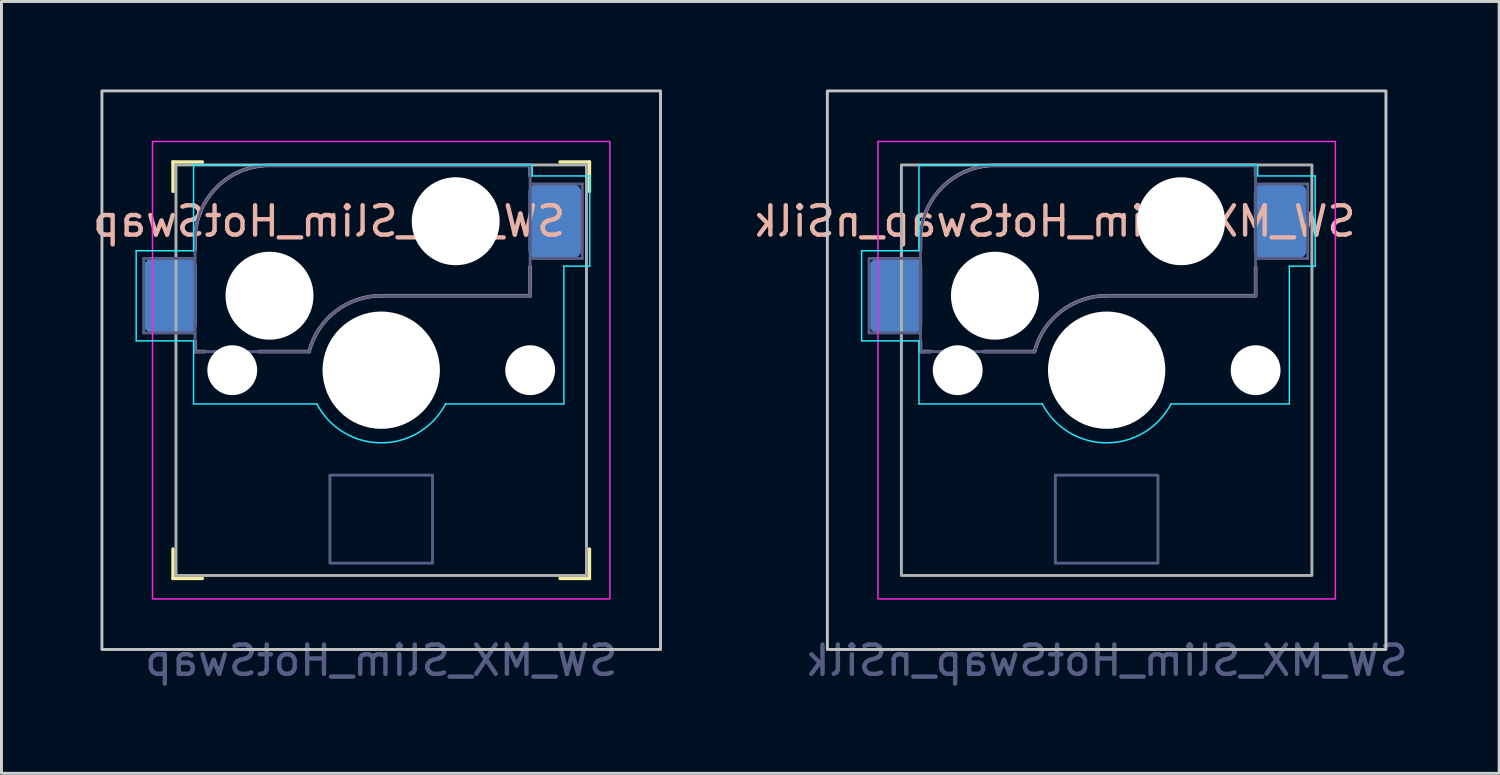
<source format=kicad_pcb>
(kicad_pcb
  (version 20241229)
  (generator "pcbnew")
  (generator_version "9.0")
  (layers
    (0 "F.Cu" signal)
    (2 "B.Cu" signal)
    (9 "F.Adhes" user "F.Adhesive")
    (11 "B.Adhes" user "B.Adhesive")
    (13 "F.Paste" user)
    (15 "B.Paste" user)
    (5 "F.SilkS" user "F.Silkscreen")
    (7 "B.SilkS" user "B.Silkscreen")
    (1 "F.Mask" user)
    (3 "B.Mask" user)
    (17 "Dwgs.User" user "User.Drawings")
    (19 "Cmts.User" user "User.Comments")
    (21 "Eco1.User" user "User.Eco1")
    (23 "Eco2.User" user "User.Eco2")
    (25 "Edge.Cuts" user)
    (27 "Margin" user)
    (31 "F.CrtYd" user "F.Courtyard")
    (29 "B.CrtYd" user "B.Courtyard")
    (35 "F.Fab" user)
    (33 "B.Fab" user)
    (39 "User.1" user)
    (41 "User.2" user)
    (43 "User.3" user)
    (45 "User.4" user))
  (footprint "SW_MX_Slim_HotSwap"
    (layer "F.Cu")
    (at 9.951 9.575)
    (property "Reference" "SW_MX_Slim_HotSwap" (at -1.778 -5.08 180) (layer "B.SilkS") (effects (font (size 1 1) (thickness 0.15)) (justify mirror)))
    (attr smd)
    (fp_line (start -7.1 -7.1) (end -7.1 -6.1) (stroke (width 0.12) (type solid)) (layer "F.SilkS"))
    (fp_line (start -7.1 6.1) (end -7.1 7.1) (stroke (width 0.12) (type solid)) (layer "F.SilkS"))
    (fp_line (start -7.1 7.1) (end -6.1 7.1) (stroke (width 0.12) (type solid)) (layer "F.SilkS"))
    (fp_line (start -6.1 -7.1) (end -7.1 -7.1) (stroke (width 0.12) (type solid)) (layer "F.SilkS"))
    (fp_line (start 6.1 7.1) (end 7.1 7.1) (stroke (width 0.12) (type solid)) (layer "F.SilkS"))
    (fp_line (start 7.1 -7.1) (end 6.1 -7.1) (stroke (width 0.12) (type solid)) (layer "F.SilkS"))
    (fp_line (start 7.1 -7.1) (end 7.1 -6.1) (stroke (width 0.12) (type solid)) (layer "F.SilkS"))
    (fp_line (start 7.1 7.1) (end 7.1 6.1) (stroke (width 0.12) (type solid)) (layer "F.SilkS"))
    (fp_line (start -6.35 -4.445) (end -6.35 -4.09) (stroke (width 0.12) (type solid)) (layer "B.SilkS"))
    (fp_line (start -6.35 -0.99) (end -6.35 -0.635) (stroke (width 0.12) (type solid)) (layer "B.SilkS"))
    (fp_line (start -6 -0.635) (end -6.35 -0.635) (stroke (width 0.12) (type solid)) (layer "B.SilkS"))
    (fp_line (start -3.81 -6.985) (end 5.08 -6.985) (stroke (width 0.12) (type solid)) (layer "B.SilkS"))
    (fp_line (start -2.464 -0.635) (end -4.191 -0.635) (stroke (width 0.12) (type solid)) (layer "B.SilkS"))
    (fp_line (start 5.08 -6.985) (end 5.08 -6.63) (stroke (width 0.12) (type solid)) (layer "B.SilkS"))
    (fp_line (start 5.08 -2.54) (end 0 -2.54) (stroke (width 0.12) (type solid)) (layer "B.SilkS"))
    (fp_line (start 5.08 -2.54) (end 5.08 -3.53) (stroke (width 0.12) (type default)) (layer "B.SilkS"))
    (fp_arc (start -6.35 -4.445) (mid -5.606051 -6.241051) (end -3.81 -6.985) (stroke (width 0.12) (type solid)) (layer "B.SilkS"))
    (fp_arc (start -2.459645 -0.633836) (mid -1.555901 -2.007678) (end 0 -2.54) (stroke (width 0.12) (type default)) (layer "B.SilkS"))
    (fp_rect (start -9.525 -9.525) (end 9.525 9.525) (stroke (width 0.1) (type default)) (fill no) (layer "Dwgs.User"))
    (fp_line (start -8.357 -4.075) (end -6.4 -4.075) (stroke (width 0.05) (type default)) (layer "B.CrtYd"))
    (fp_line (start -8.357 -1) (end -8.357 -4.075) (stroke (width 0.05) (type default)) (layer "B.CrtYd"))
    (fp_line (start -6.4 -4.075) (end -6.4 -7) (stroke (width 0.05) (type default)) (layer "B.CrtYd"))
    (fp_line (start -6.4 -1) (end -8.357 -1) (stroke (width 0.05) (type default)) (layer "B.CrtYd"))
    (fp_line (start -6.4 1.15) (end -6.4 -1) (stroke (width 0.05) (type default)) (layer "B.CrtYd"))
    (fp_line (start -2.195 1.15) (end -6.4 1.15) (stroke (width 0.05) (type default)) (layer "B.CrtYd"))
    (fp_line (start 5.15 -7) (end -6.4 -7) (stroke (width 0.05) (type default)) (layer "B.CrtYd"))
    (fp_line (start 5.15 -6.625) (end 5.15 -7) (stroke (width 0.05) (type default)) (layer "B.CrtYd"))
    (fp_line (start 6.23 -3.55) (end 7.112 -3.55) (stroke (width 0.05) (type default)) (layer "B.CrtYd"))
    (fp_line (start 6.23 1.15) (end 2.195 1.15) (stroke (width 0.05) (type default)) (layer "B.CrtYd"))
    (fp_line (start 6.23 1.15) (end 6.23 -3.55) (stroke (width 0.05) (type default)) (layer "B.CrtYd"))
    (fp_line (start 7.112 -6.625) (end 5.15 -6.625) (stroke (width 0.05) (type default)) (layer "B.CrtYd"))
    (fp_line (start 7.112 -3.55) (end 7.112 -6.625) (stroke (width 0.05) (type default)) (layer "B.CrtYd"))
    (fp_arc (start 2.194999 1.150001) (mid -0.000001 2.478008) (end -2.195 1.149999) (stroke (width 0.05) (type default)) (layer "B.CrtYd"))
    (fp_rect (start -7.8 -7.8) (end 7.8 7.8) (stroke (width 0.05) (type default)) (fill no) (layer "F.CrtYd"))
    (fp_line (start -8.103 -3.81) (end -6.35 -3.81) (stroke (width 0.1) (type solid)) (layer "B.Fab"))
    (fp_line (start -8.103 -1.27) (end -8.103 -3.81) (stroke (width 0.1) (type solid)) (layer "B.Fab"))
    (fp_line (start -6.35 -1.27) (end -8.103 -1.27) (stroke (width 0.1) (type solid)) (layer "B.Fab"))
    (fp_line (start -6.35 -0.635) (end -6.35 -4.445) (stroke (width 0.1) (type solid)) (layer "B.Fab"))
    (fp_line (start -6.35 -0.635) (end -2.54 -0.635) (stroke (width 0.1) (type solid)) (layer "B.Fab"))
    (fp_line (start -3.81 -6.985) (end 5.08 -6.985) (stroke (width 0.1) (type solid)) (layer "B.Fab"))
    (fp_line (start 5.08 -6.985) (end 5.08 -2.54) (stroke (width 0.1) (type solid)) (layer "B.Fab"))
    (fp_line (start 5.08 -6.35) (end 6.858 -6.35) (stroke (width 0.1) (type solid)) (layer "B.Fab"))
    (fp_line (start 5.08 -2.54) (end 0 -2.54) (stroke (width 0.1) (type solid)) (layer "B.Fab"))
    (fp_line (start 6.858 -6.35) (end 6.858 -3.81) (stroke (width 0.1) (type solid)) (layer "B.Fab"))
    (fp_line (start 6.858 -3.81) (end 5.08 -3.81) (stroke (width 0.1) (type solid)) (layer "B.Fab"))
    (fp_rect (start -1.75 3.58) (end 1.75 6.58) (stroke (width 0.1) (type default)) (fill no) (layer "B.Fab"))
    (fp_arc (start -6.35 -4.445) (mid -5.606051 -6.241051) (end -3.81 -6.985) (stroke (width 0.1) (type solid)) (layer "B.Fab"))
    (fp_arc (start -2.464162 -0.61604) (mid -1.563147 -2.002042) (end 0 -2.54) (stroke (width 0.1) (type solid)) (layer "B.Fab"))
    (fp_rect (start -7 -7) (end 7 7) (stroke (width 0.1) (type default)) (fill no) (layer "F.Fab"))
    (fp_text user "${REFERENCE}" (at 0 9.9 0) (layer "B.Fab") (effects (font (size 1 1) (thickness 0.15)) (justify mirror)))
    (pad "" np_thru_hole circle (at -5.08 0) (size 1.7 1.7) (drill 1.7) (layers "*.Cu" "*.Mask"))
    (pad "" np_thru_hole circle (at -3.81 -2.54 180) (size 3 3) (drill 3) (layers "*.Cu" "*.Mask"))
    (pad "" np_thru_hole circle (at 0 0) (size 4 4) (drill 4) (layers "*.Cu" "*.Mask"))
    (pad "" np_thru_hole circle (at 2.54 -5.08 180) (size 3 3) (drill 3) (layers "*.Cu" "*.Mask"))
    (pad "" np_thru_hole circle (at 5.08 0) (size 1.7 1.7) (drill 1.7) (layers "*.Cu" "*.Mask"))
    (pad "1" smd roundrect (at -7.188 -2.54 180) (size 1.8 2.5) (layers "B.Cu" "B.Mask" "B.Paste") (roundrect_rratio 0.139))
    (pad "2" smd roundrect (at 5.918 -5.08 180) (size 1.8 2.5) (layers "B.Cu" "B.Mask" "B.Paste") (roundrect_rratio 0.139)))
  (footprint "SW_MX_Slim_HotSwap_nSilk"
    (layer "F.Cu")
    (at 34.691 9.575)
    (property "Reference" "SW_MX_Slim_HotSwap_nSilk" (at -1.778 -5.08 180) (layer "B.SilkS") (effects (font (size 1 1) (thickness 0.15)) (justify mirror)))
    (attr smd)
    (fp_line (start -6.35 -4.445) (end -6.35 -4.09) (stroke (width 0.12) (type solid)) (layer "B.SilkS"))
    (fp_line (start -6.35 -0.99) (end -6.35 -0.635) (stroke (width 0.12) (type solid)) (layer "B.SilkS"))
    (fp_line (start -6 -0.635) (end -6.35 -0.635) (stroke (width 0.12) (type solid)) (layer "B.SilkS"))
    (fp_line (start -3.81 -6.985) (end 5.08 -6.985) (stroke (width 0.12) (type solid)) (layer "B.SilkS"))
    (fp_line (start -2.464 -0.635) (end -4.191 -0.635) (stroke (width 0.12) (type solid)) (layer "B.SilkS"))
    (fp_line (start 5.08 -6.985) (end 5.08 -6.63) (stroke (width 0.12) (type solid)) (layer "B.SilkS"))
    (fp_line (start 5.08 -2.54) (end 0 -2.54) (stroke (width 0.12) (type solid)) (layer "B.SilkS"))
    (fp_line (start 5.08 -2.54) (end 5.08 -3.53) (stroke (width 0.12) (type default)) (layer "B.SilkS"))
    (fp_arc (start -6.35 -4.445) (mid -5.606051 -6.241051) (end -3.81 -6.985) (stroke (width 0.12) (type solid)) (layer "B.SilkS"))
    (fp_arc (start -2.459645 -0.633836) (mid -1.555901 -2.007678) (end 0 -2.54) (stroke (width 0.12) (type default)) (layer "B.SilkS"))
    (fp_rect (start -9.525 -9.525) (end 9.525 9.525) (stroke (width 0.1) (type default)) (fill no) (layer "Dwgs.User"))
    (fp_line (start -8.357 -4.075) (end -6.4 -4.075) (stroke (width 0.05) (type default)) (layer "B.CrtYd"))
    (fp_line (start -8.357 -1) (end -8.357 -4.075) (stroke (width 0.05) (type default)) (layer "B.CrtYd"))
    (fp_line (start -6.4 -4.075) (end -6.4 -7) (stroke (width 0.05) (type default)) (layer "B.CrtYd"))
    (fp_line (start -6.4 -1) (end -8.357 -1) (stroke (width 0.05) (type default)) (layer "B.CrtYd"))
    (fp_line (start -6.4 1.15) (end -6.4 -1) (stroke (width 0.05) (type default)) (layer "B.CrtYd"))
    (fp_line (start -2.195 1.15) (end -6.4 1.15) (stroke (width 0.05) (type default)) (layer "B.CrtYd"))
    (fp_line (start 5.15 -7) (end -6.4 -7) (stroke (width 0.05) (type default)) (layer "B.CrtYd"))
    (fp_line (start 5.15 -6.625) (end 5.15 -7) (stroke (width 0.05) (type default)) (layer "B.CrtYd"))
    (fp_line (start 6.23 -3.55) (end 7.112 -3.55) (stroke (width 0.05) (type default)) (layer "B.CrtYd"))
    (fp_line (start 6.23 1.15) (end 2.195 1.15) (stroke (width 0.05) (type default)) (layer "B.CrtYd"))
    (fp_line (start 6.23 1.15) (end 6.23 -3.55) (stroke (width 0.05) (type default)) (layer "B.CrtYd"))
    (fp_line (start 7.112 -6.625) (end 5.15 -6.625) (stroke (width 0.05) (type default)) (layer "B.CrtYd"))
    (fp_line (start 7.112 -3.55) (end 7.112 -6.625) (stroke (width 0.05) (type default)) (layer "B.CrtYd"))
    (fp_arc (start 2.194999 1.150001) (mid -0.000001 2.478008) (end -2.195 1.149999) (stroke (width 0.05) (type default)) (layer "B.CrtYd"))
    (fp_rect (start -7.8 -7.8) (end 7.8 7.8) (stroke (width 0.05) (type default)) (fill no) (layer "F.CrtYd"))
    (fp_line (start -8.103 -3.81) (end -6.35 -3.81) (stroke (width 0.1) (type solid)) (layer "B.Fab"))
    (fp_line (start -8.103 -1.27) (end -8.103 -3.81) (stroke (width 0.1) (type solid)) (layer "B.Fab"))
    (fp_line (start -6.35 -1.27) (end -8.103 -1.27) (stroke (width 0.1) (type solid)) (layer "B.Fab"))
    (fp_line (start -6.35 -0.635) (end -6.35 -4.445) (stroke (width 0.1) (type solid)) (layer "B.Fab"))
    (fp_line (start -6.35 -0.635) (end -2.54 -0.635) (stroke (width 0.1) (type solid)) (layer "B.Fab"))
    (fp_line (start -3.81 -6.985) (end 5.08 -6.985) (stroke (width 0.1) (type solid)) (layer "B.Fab"))
    (fp_line (start 5.08 -6.985) (end 5.08 -2.54) (stroke (width 0.1) (type solid)) (layer "B.Fab"))
    (fp_line (start 5.08 -6.35) (end 6.858 -6.35) (stroke (width 0.1) (type solid)) (layer "B.Fab"))
    (fp_line (start 5.08 -2.54) (end 0 -2.54) (stroke (width 0.1) (type solid)) (layer "B.Fab"))
    (fp_line (start 6.858 -6.35) (end 6.858 -3.81) (stroke (width 0.1) (type solid)) (layer "B.Fab"))
    (fp_line (start 6.858 -3.81) (end 5.08 -3.81) (stroke (width 0.1) (type solid)) (layer "B.Fab"))
    (fp_rect (start -1.75 3.58) (end 1.75 6.58) (stroke (width 0.1) (type default)) (fill no) (layer "B.Fab"))
    (fp_arc (start -6.35 -4.445) (mid -5.606051 -6.241051) (end -3.81 -6.985) (stroke (width 0.1) (type solid)) (layer "B.Fab"))
    (fp_arc (start -2.464162 -0.61604) (mid -1.563147 -2.002042) (end 0 -2.54) (stroke (width 0.1) (type solid)) (layer "B.Fab"))
    (fp_rect (start -7 -7) (end 7 7) (stroke (width 0.1) (type default)) (fill no) (layer "F.Fab"))
    (fp_text user "${REFERENCE}" (at 0 9.9 0) (layer "B.Fab") (effects (font (size 1 1) (thickness 0.15)) (justify mirror)))
    (pad "" np_thru_hole circle (at -5.08 0) (size 1.7 1.7) (drill 1.7) (layers "*.Cu" "*.Mask"))
    (pad "" np_thru_hole circle (at -3.81 -2.54 180) (size 3 3) (drill 3) (layers "*.Cu" "*.Mask"))
    (pad "" np_thru_hole circle (at 0 0) (size 4 4) (drill 4) (layers "*.Cu" "*.Mask"))
    (pad "" np_thru_hole circle (at 2.54 -5.08 180) (size 3 3) (drill 3) (layers "*.Cu" "*.Mask"))
    (pad "" np_thru_hole circle (at 5.08 0) (size 1.7 1.7) (drill 1.7) (layers "*.Cu" "*.Mask"))
    (pad "1" smd roundrect (at -7.188 -2.54 180) (size 1.8 2.5) (layers "B.Cu" "B.Mask" "B.Paste") (roundrect_rratio 0.139))
    (pad "2" smd roundrect (at 5.918 -5.08 180) (size 1.8 2.5) (layers "B.Cu" "B.Mask" "B.Paste") (roundrect_rratio 0.139)))
  (gr_rect
    (start -3 -3)
    (end 48.077 23.323)
    (stroke (width 0.1) (type default))
    (fill no)
    (layer "Edge.Cuts")))
</source>
